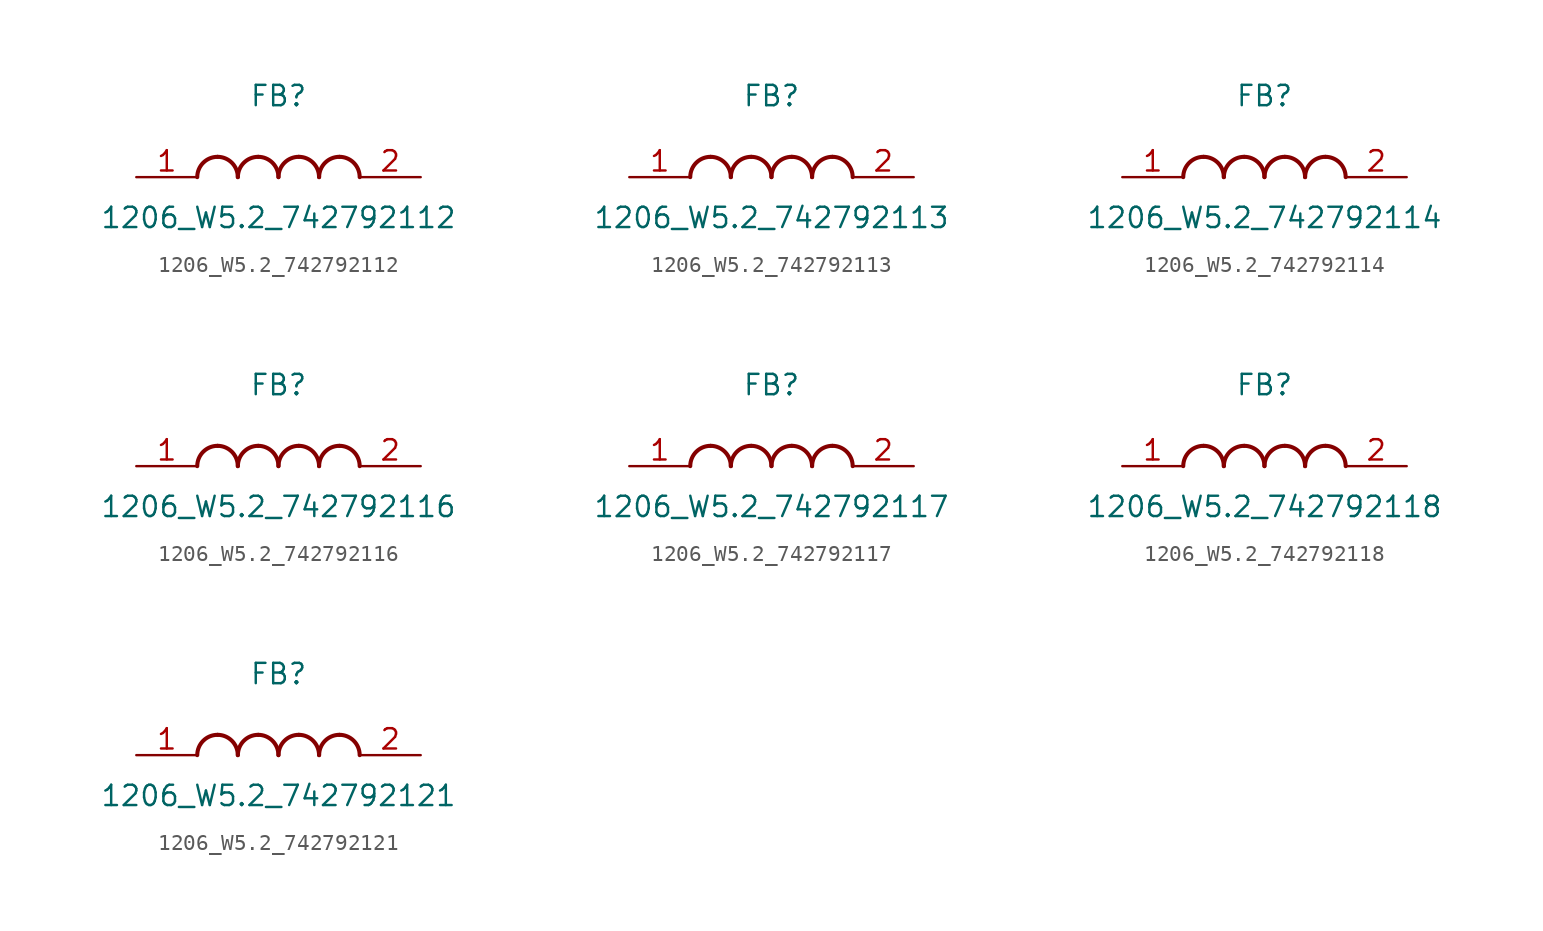
<source format=kicad_sym>
(kicad_symbol_lib
  (version 20211014)
  (generator kicad_symbol_editor)
  (symbol "Ferrite_Wurth_WE-CBF:1206_W5.2_742792112"
    (pin_names hide)
    (property "Reference" "FB"
      (at 0 5.08 0)
      (effects (font (size 1.27 1.27))))
    (property "Value" "1206_W5.2_742792112"
      (at 0 -2.54 0)
      (effects (font (size 1.27 1.27))))
    (symbol "1206_W5.2_742792112_0_1"
      (arc (start -3.81 1.27) (mid -4.708 0.898) (end -5.08 0) (stroke (width 0.254) (type default)) (fill (type none)))
      (arc (start -2.54 0) (mid -2.912 0.898) (end -3.81 1.27) (stroke (width 0.254) (type default)) (fill (type none)))
      (arc (start -1.2699 1.2701) (mid -2.1679 0.8981) (end -2.5399 0.0001) (stroke (width 0.254) (type default)) (fill (type none)))
      (arc (start 0.0001 0.0001) (mid -0.3719 0.8981) (end -1.2699 1.2701) (stroke (width 0.254) (type default)) (fill (type none)))
      (arc (start 1.2701 1.2701) (mid 0.3721 0.8981) (end 0.0001 0.0001) (stroke (width 0.254) (type default)) (fill (type none)))
      (arc (start 2.5401 0.0001) (mid 2.1681 0.8981) (end 1.2701 1.2701) (stroke (width 0.254) (type default)) (fill (type none)))
      (arc (start 3.8101 1.2701) (mid 2.9121 0.8981) (end 2.5401 0.0001) (stroke (width 0.254) (type default)) (fill (type none)))
      (arc (start 5.0801 0.0001) (mid 4.7081 0.8981) (end 3.8101 1.2701) (stroke (width 0.254) (type default)) (fill (type none))))
    (symbol "1206_W5.2_742792112_1_1"
      (pin passive line (at -8.89 0 0) (length 3.81) (name "1" (effects (font (size 1.27 1.27)))) (number "1" (effects (font (size 1.27 1.27)))))
      (pin passive line (at 8.89 0 180) (length 3.81) (name "2" (effects (font (size 1.27 1.27)))) (number "2" (effects (font (size 1.27 1.27)))))))
  (symbol "Ferrite_Wurth_WE-CBF:1206_W5.2_742792113"
    (pin_names hide)
    (property "Reference" "FB"
      (at 0 5.08 0)
      (effects (font (size 1.27 1.27))))
    (property "Value" "1206_W5.2_742792113"
      (at 0 -2.54 0)
      (effects (font (size 1.27 1.27))))
    (symbol "1206_W5.2_742792113_0_1"
      (arc (start -3.81 1.27) (mid -4.708 0.898) (end -5.08 0) (stroke (width 0.254) (type default)) (fill (type none)))
      (arc (start -2.54 0) (mid -2.912 0.898) (end -3.81 1.27) (stroke (width 0.254) (type default)) (fill (type none)))
      (arc (start -1.2699 1.2701) (mid -2.1679 0.8981) (end -2.5399 0.0001) (stroke (width 0.254) (type default)) (fill (type none)))
      (arc (start 0.0001 0.0001) (mid -0.3719 0.8981) (end -1.2699 1.2701) (stroke (width 0.254) (type default)) (fill (type none)))
      (arc (start 1.2701 1.2701) (mid 0.3721 0.8981) (end 0.0001 0.0001) (stroke (width 0.254) (type default)) (fill (type none)))
      (arc (start 2.5401 0.0001) (mid 2.1681 0.8981) (end 1.2701 1.2701) (stroke (width 0.254) (type default)) (fill (type none)))
      (arc (start 3.8101 1.2701) (mid 2.9121 0.8981) (end 2.5401 0.0001) (stroke (width 0.254) (type default)) (fill (type none)))
      (arc (start 5.0801 0.0001) (mid 4.7081 0.8981) (end 3.8101 1.2701) (stroke (width 0.254) (type default)) (fill (type none))))
    (symbol "1206_W5.2_742792113_1_1"
      (pin passive line (at -8.89 0 0) (length 3.81) (name "1" (effects (font (size 1.27 1.27)))) (number "1" (effects (font (size 1.27 1.27)))))
      (pin passive line (at 8.89 0 180) (length 3.81) (name "2" (effects (font (size 1.27 1.27)))) (number "2" (effects (font (size 1.27 1.27)))))))
  (symbol "Ferrite_Wurth_WE-CBF:1206_W5.2_742792114"
    (pin_names hide)
    (property "Reference" "FB"
      (at 0 5.08 0)
      (effects (font (size 1.27 1.27))))
    (property "Value" "1206_W5.2_742792114"
      (at 0 -2.54 0)
      (effects (font (size 1.27 1.27))))
    (symbol "1206_W5.2_742792114_0_1"
      (arc (start -3.81 1.27) (mid -4.708 0.898) (end -5.08 0) (stroke (width 0.254) (type default)) (fill (type none)))
      (arc (start -2.54 0) (mid -2.912 0.898) (end -3.81 1.27) (stroke (width 0.254) (type default)) (fill (type none)))
      (arc (start -1.2699 1.2701) (mid -2.1679 0.8981) (end -2.5399 0.0001) (stroke (width 0.254) (type default)) (fill (type none)))
      (arc (start 0.0001 0.0001) (mid -0.3719 0.8981) (end -1.2699 1.2701) (stroke (width 0.254) (type default)) (fill (type none)))
      (arc (start 1.2701 1.2701) (mid 0.3721 0.8981) (end 0.0001 0.0001) (stroke (width 0.254) (type default)) (fill (type none)))
      (arc (start 2.5401 0.0001) (mid 2.1681 0.8981) (end 1.2701 1.2701) (stroke (width 0.254) (type default)) (fill (type none)))
      (arc (start 3.8101 1.2701) (mid 2.9121 0.8981) (end 2.5401 0.0001) (stroke (width 0.254) (type default)) (fill (type none)))
      (arc (start 5.0801 0.0001) (mid 4.7081 0.8981) (end 3.8101 1.2701) (stroke (width 0.254) (type default)) (fill (type none))))
    (symbol "1206_W5.2_742792114_1_1"
      (pin passive line (at -8.89 0 0) (length 3.81) (name "1" (effects (font (size 1.27 1.27)))) (number "1" (effects (font (size 1.27 1.27)))))
      (pin passive line (at 8.89 0 180) (length 3.81) (name "2" (effects (font (size 1.27 1.27)))) (number "2" (effects (font (size 1.27 1.27)))))))
  (symbol "Ferrite_Wurth_WE-CBF:1206_W5.2_742792116"
    (pin_names hide)
    (property "Reference" "FB"
      (at 0 5.08 0)
      (effects (font (size 1.27 1.27))))
    (property "Value" "1206_W5.2_742792116"
      (at 0 -2.54 0)
      (effects (font (size 1.27 1.27))))
    (symbol "1206_W5.2_742792116_0_1"
      (arc (start -3.81 1.27) (mid -4.708 0.898) (end -5.08 0) (stroke (width 0.254) (type default)) (fill (type none)))
      (arc (start -2.54 0) (mid -2.912 0.898) (end -3.81 1.27) (stroke (width 0.254) (type default)) (fill (type none)))
      (arc (start -1.2699 1.2701) (mid -2.1679 0.8981) (end -2.5399 0.0001) (stroke (width 0.254) (type default)) (fill (type none)))
      (arc (start 0.0001 0.0001) (mid -0.3719 0.8981) (end -1.2699 1.2701) (stroke (width 0.254) (type default)) (fill (type none)))
      (arc (start 1.2701 1.2701) (mid 0.3721 0.8981) (end 0.0001 0.0001) (stroke (width 0.254) (type default)) (fill (type none)))
      (arc (start 2.5401 0.0001) (mid 2.1681 0.8981) (end 1.2701 1.2701) (stroke (width 0.254) (type default)) (fill (type none)))
      (arc (start 3.8101 1.2701) (mid 2.9121 0.8981) (end 2.5401 0.0001) (stroke (width 0.254) (type default)) (fill (type none)))
      (arc (start 5.0801 0.0001) (mid 4.7081 0.8981) (end 3.8101 1.2701) (stroke (width 0.254) (type default)) (fill (type none))))
    (symbol "1206_W5.2_742792116_1_1"
      (pin passive line (at -8.89 0 0) (length 3.81) (name "1" (effects (font (size 1.27 1.27)))) (number "1" (effects (font (size 1.27 1.27)))))
      (pin passive line (at 8.89 0 180) (length 3.81) (name "2" (effects (font (size 1.27 1.27)))) (number "2" (effects (font (size 1.27 1.27)))))))
  (symbol "Ferrite_Wurth_WE-CBF:1206_W5.2_742792117"
    (pin_names hide)
    (property "Reference" "FB"
      (at 0 5.08 0)
      (effects (font (size 1.27 1.27))))
    (property "Value" "1206_W5.2_742792117"
      (at 0 -2.54 0)
      (effects (font (size 1.27 1.27))))
    (symbol "1206_W5.2_742792117_0_1"
      (arc (start -3.81 1.27) (mid -4.708 0.898) (end -5.08 0) (stroke (width 0.254) (type default)) (fill (type none)))
      (arc (start -2.54 0) (mid -2.912 0.898) (end -3.81 1.27) (stroke (width 0.254) (type default)) (fill (type none)))
      (arc (start -1.2699 1.2701) (mid -2.1679 0.8981) (end -2.5399 0.0001) (stroke (width 0.254) (type default)) (fill (type none)))
      (arc (start 0.0001 0.0001) (mid -0.3719 0.8981) (end -1.2699 1.2701) (stroke (width 0.254) (type default)) (fill (type none)))
      (arc (start 1.2701 1.2701) (mid 0.3721 0.8981) (end 0.0001 0.0001) (stroke (width 0.254) (type default)) (fill (type none)))
      (arc (start 2.5401 0.0001) (mid 2.1681 0.8981) (end 1.2701 1.2701) (stroke (width 0.254) (type default)) (fill (type none)))
      (arc (start 3.8101 1.2701) (mid 2.9121 0.8981) (end 2.5401 0.0001) (stroke (width 0.254) (type default)) (fill (type none)))
      (arc (start 5.0801 0.0001) (mid 4.7081 0.8981) (end 3.8101 1.2701) (stroke (width 0.254) (type default)) (fill (type none))))
    (symbol "1206_W5.2_742792117_1_1"
      (pin passive line (at -8.89 0 0) (length 3.81) (name "1" (effects (font (size 1.27 1.27)))) (number "1" (effects (font (size 1.27 1.27)))))
      (pin passive line (at 8.89 0 180) (length 3.81) (name "2" (effects (font (size 1.27 1.27)))) (number "2" (effects (font (size 1.27 1.27)))))))
  (symbol "Ferrite_Wurth_WE-CBF:1206_W5.2_742792118"
    (pin_names hide)
    (property "Reference" "FB"
      (at 0 5.08 0)
      (effects (font (size 1.27 1.27))))
    (property "Value" "1206_W5.2_742792118"
      (at 0 -2.54 0)
      (effects (font (size 1.27 1.27))))
    (symbol "1206_W5.2_742792118_0_1"
      (arc (start -3.81 1.27) (mid -4.708 0.898) (end -5.08 0) (stroke (width 0.254) (type default)) (fill (type none)))
      (arc (start -2.54 0) (mid -2.912 0.898) (end -3.81 1.27) (stroke (width 0.254) (type default)) (fill (type none)))
      (arc (start -1.2699 1.2701) (mid -2.1679 0.8981) (end -2.5399 0.0001) (stroke (width 0.254) (type default)) (fill (type none)))
      (arc (start 0.0001 0.0001) (mid -0.3719 0.8981) (end -1.2699 1.2701) (stroke (width 0.254) (type default)) (fill (type none)))
      (arc (start 1.2701 1.2701) (mid 0.3721 0.8981) (end 0.0001 0.0001) (stroke (width 0.254) (type default)) (fill (type none)))
      (arc (start 2.5401 0.0001) (mid 2.1681 0.8981) (end 1.2701 1.2701) (stroke (width 0.254) (type default)) (fill (type none)))
      (arc (start 3.8101 1.2701) (mid 2.9121 0.8981) (end 2.5401 0.0001) (stroke (width 0.254) (type default)) (fill (type none)))
      (arc (start 5.0801 0.0001) (mid 4.7081 0.8981) (end 3.8101 1.2701) (stroke (width 0.254) (type default)) (fill (type none))))
    (symbol "1206_W5.2_742792118_1_1"
      (pin passive line (at -8.89 0 0) (length 3.81) (name "1" (effects (font (size 1.27 1.27)))) (number "1" (effects (font (size 1.27 1.27)))))
      (pin passive line (at 8.89 0 180) (length 3.81) (name "2" (effects (font (size 1.27 1.27)))) (number "2" (effects (font (size 1.27 1.27)))))))
  (symbol "Ferrite_Wurth_WE-CBF:1206_W5.2_742792121"
    (pin_names hide)
    (property "Reference" "FB"
      (at 0 5.08 0)
      (effects (font (size 1.27 1.27))))
    (property "Value" "1206_W5.2_742792121"
      (at 0 -2.54 0)
      (effects (font (size 1.27 1.27))))
    (symbol "1206_W5.2_742792121_0_1"
      (arc (start -3.81 1.27) (mid -4.708 0.898) (end -5.08 0) (stroke (width 0.254) (type default)) (fill (type none)))
      (arc (start -2.54 0) (mid -2.912 0.898) (end -3.81 1.27) (stroke (width 0.254) (type default)) (fill (type none)))
      (arc (start -1.2699 1.2701) (mid -2.1679 0.8981) (end -2.5399 0.0001) (stroke (width 0.254) (type default)) (fill (type none)))
      (arc (start 0.0001 0.0001) (mid -0.3719 0.8981) (end -1.2699 1.2701) (stroke (width 0.254) (type default)) (fill (type none)))
      (arc (start 1.2701 1.2701) (mid 0.3721 0.8981) (end 0.0001 0.0001) (stroke (width 0.254) (type default)) (fill (type none)))
      (arc (start 2.5401 0.0001) (mid 2.1681 0.8981) (end 1.2701 1.2701) (stroke (width 0.254) (type default)) (fill (type none)))
      (arc (start 3.8101 1.2701) (mid 2.9121 0.8981) (end 2.5401 0.0001) (stroke (width 0.254) (type default)) (fill (type none)))
      (arc (start 5.0801 0.0001) (mid 4.7081 0.8981) (end 3.8101 1.2701) (stroke (width 0.254) (type default)) (fill (type none))))
    (symbol "1206_W5.2_742792121_1_1"
      (pin passive line (at -8.89 0 0) (length 3.81) (name "1" (effects (font (size 1.27 1.27)))) (number "1" (effects (font (size 1.27 1.27)))))
      (pin passive line (at 8.89 0 180) (length 3.81) (name "2" (effects (font (size 1.27 1.27)))) (number "2" (effects (font (size 1.27 1.27))))))))
</source>
